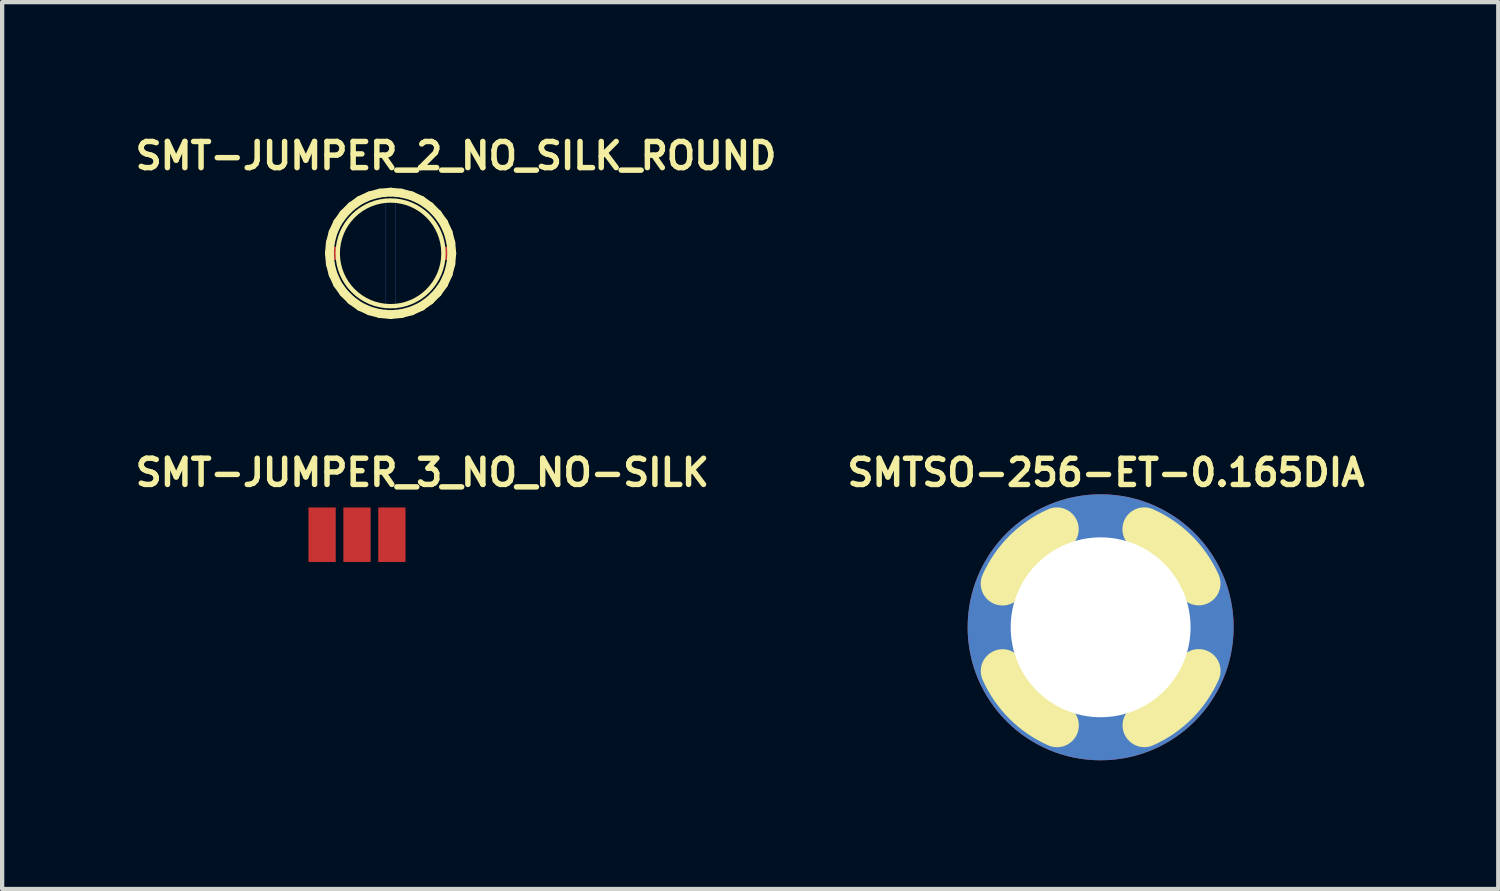
<source format=kicad_pcb>
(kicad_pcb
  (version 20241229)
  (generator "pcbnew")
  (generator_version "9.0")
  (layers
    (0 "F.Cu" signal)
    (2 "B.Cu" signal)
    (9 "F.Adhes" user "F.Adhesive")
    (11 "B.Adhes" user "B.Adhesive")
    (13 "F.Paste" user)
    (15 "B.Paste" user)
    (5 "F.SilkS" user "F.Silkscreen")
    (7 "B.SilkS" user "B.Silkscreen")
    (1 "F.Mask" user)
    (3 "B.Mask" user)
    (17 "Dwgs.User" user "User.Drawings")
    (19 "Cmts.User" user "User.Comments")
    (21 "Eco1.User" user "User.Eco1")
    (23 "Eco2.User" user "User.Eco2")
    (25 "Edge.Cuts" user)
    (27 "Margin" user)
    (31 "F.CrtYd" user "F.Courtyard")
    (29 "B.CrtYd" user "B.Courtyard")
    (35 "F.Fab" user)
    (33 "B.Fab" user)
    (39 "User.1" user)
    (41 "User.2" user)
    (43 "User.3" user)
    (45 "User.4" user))
  (footprint "SMTSO-256-ET-0.165DIA"
    (layer "F.Cu")
    (at 22.595 11.566)
    (property "Reference" "SMTSO-256-ET-0.165DIA" (at 0.127 -3.604 0) (layer "F.SilkS") (effects (font (size 0.61 0.61) (thickness 0.127))))
    (attr exclude_from_pos_files exclude_from_bom)
    (fp_arc (start -2.286 -1.016) (mid -1.770063 -1.767747) (end -1.018992 -2.284668) (stroke (width 1.016) (type solid)) (layer "F.SilkS"))
    (fp_arc (start -1.016 2.286) (mid -1.767747 1.770063) (end -2.284668 1.018992) (stroke (width 1.016) (type solid)) (layer "F.SilkS"))
    (fp_arc (start 1.016 -2.286) (mid 1.767747 -1.770063) (end 2.284668 -1.018992) (stroke (width 1.016) (type solid)) (layer "F.SilkS"))
    (fp_arc (start 2.286 1.016) (mid 1.770063 1.767747) (end 1.018992 2.284668) (stroke (width 1.016) (type solid)) (layer "F.SilkS"))
    (fp_circle (center 0 0) (end -0.508 0.508) (stroke (width 0.064) (type solid)) (fill no) (layer "Dwgs.User"))
    (pad "P$1" thru_hole circle (at 0 0) (size 6.198 6.198) (drill 4.191) (layers "*.Cu" "*.Paste" "*.Mask")))
  (footprint "SMT-JUMPER_3_NO_NO-SILK"
    (layer "F.Cu")
    (at 5.268 9.409)
    (property "Reference" "SMT-JUMPER_3_NO_NO-SILK" (at 1.524 -1.448 0) (layer "F.SilkS") (effects (font (size 0.61 0.61) (thickness 0.127))))
    (attr smd)
    (pad "1" smd rect (at -0.813 0) (size 0.635 1.27) (layers "F.Cu" "F.Mask" "F.Paste"))
    (pad "2" smd rect (at 0 0) (size 0.635 1.27) (layers "F.Cu" "F.Mask" "F.Paste"))
    (pad "3" smd rect (at 0.813 0) (size 0.635 1.27) (layers "F.Cu" "F.Mask" "F.Paste")))
  (footprint "SMT-JUMPER_2_NO_SILK_ROUND"
    (layer "F.Cu")
    (at 6.051 2.853)
    (property "Reference" "SMT-JUMPER_2_NO_SILK_ROUND" (at 1.524 -2.273 0) (layer "F.SilkS") (effects (font (size 0.61 0.61) (thickness 0.127))))
    (attr smd)
    (fp_line (start -1.379 0) (end -1.364 -0.231) (stroke (width 0.005) (type solid)) (layer "B.Cu"))
    (fp_line (start -1.364 -0.231) (end -1.311 -0.457) (stroke (width 0.005) (type solid)) (layer "B.Cu"))
    (fp_line (start -1.364 0.231) (end -1.379 0) (stroke (width 0.005) (type solid)) (layer "B.Cu"))
    (fp_line (start -1.311 -0.457) (end -1.222 -0.673) (stroke (width 0.005) (type solid)) (layer "B.Cu"))
    (fp_line (start -1.311 0.457) (end -1.364 0.231) (stroke (width 0.005) (type solid)) (layer "B.Cu"))
    (fp_line (start -1.222 -0.673) (end -1.097 -0.869) (stroke (width 0.005) (type solid)) (layer "B.Cu"))
    (fp_line (start -1.222 0.673) (end -1.311 0.457) (stroke (width 0.005) (type solid)) (layer "B.Cu"))
    (fp_line (start -1.097 -0.869) (end -0.942 -1.044) (stroke (width 0.005) (type solid)) (layer "B.Cu"))
    (fp_line (start -1.097 0.869) (end -1.222 0.673) (stroke (width 0.005) (type solid)) (layer "B.Cu"))
    (fp_line (start -0.942 -1.044) (end -0.759 -1.191) (stroke (width 0.005) (type solid)) (layer "B.Cu"))
    (fp_line (start -0.942 1.044) (end -1.097 0.869) (stroke (width 0.005) (type solid)) (layer "B.Cu"))
    (fp_line (start -0.759 -1.191) (end -0.559 -1.306) (stroke (width 0.005) (type solid)) (layer "B.Cu"))
    (fp_line (start -0.759 1.191) (end -0.942 1.044) (stroke (width 0.005) (type solid)) (layer "B.Cu"))
    (fp_line (start -0.559 -1.306) (end -0.338 -1.384) (stroke (width 0.005) (type solid)) (layer "B.Cu"))
    (fp_line (start -0.559 1.306) (end -0.759 1.191) (stroke (width 0.005) (type solid)) (layer "B.Cu"))
    (fp_line (start -0.338 -1.384) (end -0.109 -1.427) (stroke (width 0.005) (type solid)) (layer "B.Cu"))
    (fp_line (start -0.338 1.384) (end -0.559 1.306) (stroke (width 0.005) (type solid)) (layer "B.Cu"))
    (fp_line (start -0.109 -1.427) (end -0.109 1.427) (stroke (width 0.005) (type solid)) (layer "B.Cu"))
    (fp_line (start -0.109 1.427) (end -0.338 1.384) (stroke (width 0.005) (type solid)) (layer "B.Cu"))
    (fp_line (start 0.109 -1.427) (end 0.109 1.427) (stroke (width 0.005) (type solid)) (layer "B.Cu"))
    (fp_line (start 0.109 1.427) (end 0.338 1.384) (stroke (width 0.005) (type solid)) (layer "B.Cu"))
    (fp_line (start 0.338 -1.384) (end 0.109 -1.427) (stroke (width 0.005) (type solid)) (layer "B.Cu"))
    (fp_line (start 0.338 1.384) (end 0.559 1.306) (stroke (width 0.005) (type solid)) (layer "B.Cu"))
    (fp_line (start 0.559 -1.306) (end 0.338 -1.384) (stroke (width 0.005) (type solid)) (layer "B.Cu"))
    (fp_line (start 0.559 1.306) (end 0.759 1.191) (stroke (width 0.005) (type solid)) (layer "B.Cu"))
    (fp_line (start 0.759 -1.191) (end 0.559 -1.306) (stroke (width 0.005) (type solid)) (layer "B.Cu"))
    (fp_line (start 0.759 1.191) (end 0.942 1.044) (stroke (width 0.005) (type solid)) (layer "B.Cu"))
    (fp_line (start 0.942 -1.044) (end 0.759 -1.191) (stroke (width 0.005) (type solid)) (layer "B.Cu"))
    (fp_line (start 0.942 1.044) (end 1.097 0.869) (stroke (width 0.005) (type solid)) (layer "B.Cu"))
    (fp_line (start 1.097 -0.869) (end 0.942 -1.044) (stroke (width 0.005) (type solid)) (layer "B.Cu"))
    (fp_line (start 1.097 0.869) (end 1.222 0.673) (stroke (width 0.005) (type solid)) (layer "B.Cu"))
    (fp_line (start 1.222 -0.673) (end 1.097 -0.869) (stroke (width 0.005) (type solid)) (layer "B.Cu"))
    (fp_line (start 1.222 0.673) (end 1.311 0.457) (stroke (width 0.005) (type solid)) (layer "B.Cu"))
    (fp_line (start 1.311 -0.457) (end 1.222 -0.673) (stroke (width 0.005) (type solid)) (layer "B.Cu"))
    (fp_line (start 1.311 0.457) (end 1.364 0.231) (stroke (width 0.005) (type solid)) (layer "B.Cu"))
    (fp_line (start 1.364 -0.231) (end 1.311 -0.457) (stroke (width 0.005) (type solid)) (layer "B.Cu"))
    (fp_line (start 1.364 0.231) (end 1.379 0) (stroke (width 0.005) (type solid)) (layer "B.Cu"))
    (fp_line (start 1.379 0) (end 1.364 -0.231) (stroke (width 0.005) (type solid)) (layer "B.Cu"))
    (fp_line (start -1.427 0) (end -1.405 -0.246) (stroke (width 0.203) (type solid)) (layer "F.SilkS"))
    (fp_line (start -1.405 -0.246) (end -1.341 -0.488) (stroke (width 0.203) (type solid)) (layer "F.SilkS"))
    (fp_line (start -1.405 0.246) (end -1.427 0) (stroke (width 0.203) (type solid)) (layer "F.SilkS"))
    (fp_line (start -1.341 -0.488) (end -1.237 -0.714) (stroke (width 0.203) (type solid)) (layer "F.SilkS"))
    (fp_line (start -1.341 0.488) (end -1.405 0.246) (stroke (width 0.203) (type solid)) (layer "F.SilkS"))
    (fp_line (start -1.237 -0.714) (end -1.092 -0.917) (stroke (width 0.203) (type solid)) (layer "F.SilkS"))
    (fp_line (start -1.237 0.714) (end -1.341 0.488) (stroke (width 0.203) (type solid)) (layer "F.SilkS"))
    (fp_line (start -1.092 -0.917) (end -0.917 -1.092) (stroke (width 0.203) (type solid)) (layer "F.SilkS"))
    (fp_line (start -1.092 0.917) (end -1.237 0.714) (stroke (width 0.203) (type solid)) (layer "F.SilkS"))
    (fp_line (start -0.917 -1.092) (end -0.714 -1.237) (stroke (width 0.203) (type solid)) (layer "F.SilkS"))
    (fp_line (start -0.917 1.092) (end -1.092 0.917) (stroke (width 0.203) (type solid)) (layer "F.SilkS"))
    (fp_line (start -0.714 -1.237) (end -0.488 -1.341) (stroke (width 0.203) (type solid)) (layer "F.SilkS"))
    (fp_line (start -0.714 1.237) (end -0.917 1.092) (stroke (width 0.203) (type solid)) (layer "F.SilkS"))
    (fp_line (start -0.488 -1.341) (end -0.246 -1.405) (stroke (width 0.203) (type solid)) (layer "F.SilkS"))
    (fp_line (start -0.488 1.341) (end -0.714 1.237) (stroke (width 0.203) (type solid)) (layer "F.SilkS"))
    (fp_line (start -0.246 -1.405) (end 0 -1.427) (stroke (width 0.203) (type solid)) (layer "F.SilkS"))
    (fp_line (start -0.246 1.405) (end -0.488 1.341) (stroke (width 0.203) (type solid)) (layer "F.SilkS"))
    (fp_line (start 0 -1.427) (end 0.246 -1.405) (stroke (width 0.203) (type solid)) (layer "F.SilkS"))
    (fp_line (start 0 1.427) (end -0.246 1.405) (stroke (width 0.203) (type solid)) (layer "F.SilkS"))
    (fp_line (start 0.246 -1.405) (end 0.488 -1.341) (stroke (width 0.203) (type solid)) (layer "F.SilkS"))
    (fp_line (start 0.246 1.405) (end 0 1.427) (stroke (width 0.203) (type solid)) (layer "F.SilkS"))
    (fp_line (start 0.488 -1.341) (end 0.714 -1.237) (stroke (width 0.203) (type solid)) (layer "F.SilkS"))
    (fp_line (start 0.488 1.341) (end 0.246 1.405) (stroke (width 0.203) (type solid)) (layer "F.SilkS"))
    (fp_line (start 0.714 -1.237) (end 0.917 -1.092) (stroke (width 0.203) (type solid)) (layer "F.SilkS"))
    (fp_line (start 0.714 1.237) (end 0.488 1.341) (stroke (width 0.203) (type solid)) (layer "F.SilkS"))
    (fp_line (start 0.917 -1.092) (end 1.092 -0.917) (stroke (width 0.203) (type solid)) (layer "F.SilkS"))
    (fp_line (start 0.917 1.092) (end 0.714 1.237) (stroke (width 0.203) (type solid)) (layer "F.SilkS"))
    (fp_line (start 1.092 -0.917) (end 1.237 -0.714) (stroke (width 0.203) (type solid)) (layer "F.SilkS"))
    (fp_line (start 1.092 0.917) (end 0.917 1.092) (stroke (width 0.203) (type solid)) (layer "F.SilkS"))
    (fp_line (start 1.237 -0.714) (end 1.341 -0.488) (stroke (width 0.203) (type solid)) (layer "F.SilkS"))
    (fp_line (start 1.237 0.714) (end 1.092 0.917) (stroke (width 0.203) (type solid)) (layer "F.SilkS"))
    (fp_line (start 1.341 -0.488) (end 1.405 -0.246) (stroke (width 0.203) (type solid)) (layer "F.SilkS"))
    (fp_line (start 1.341 0.488) (end 1.237 0.714) (stroke (width 0.203) (type solid)) (layer "F.SilkS"))
    (fp_line (start 1.405 -0.246) (end 1.427 0) (stroke (width 0.203) (type solid)) (layer "F.SilkS"))
    (fp_line (start 1.405 0.246) (end 1.341 0.488) (stroke (width 0.203) (type solid)) (layer "F.SilkS"))
    (fp_line (start 1.427 0) (end 1.405 0.246) (stroke (width 0.203) (type solid)) (layer "F.SilkS"))
    (fp_circle (center 0 0) (end -0.871 0.871) (stroke (width 0.102) (type solid)) (fill no) (layer "F.SilkS"))
    (pad "1" smd rect (at -1.27 0 270) (size 0.305 0.152) (layers "F.Cu" "F.Mask" "F.Paste"))
    (pad "2" smd rect (at 1.27 0 90) (size 0.305 0.152) (layers "F.Cu" "F.Mask" "F.Paste")))
  (gr_rect
    (start -3 -3)
    (end 31.86 17.664)
    (stroke (width 0.1) (type default))
    (fill no)
    (layer "Edge.Cuts")))
</source>
